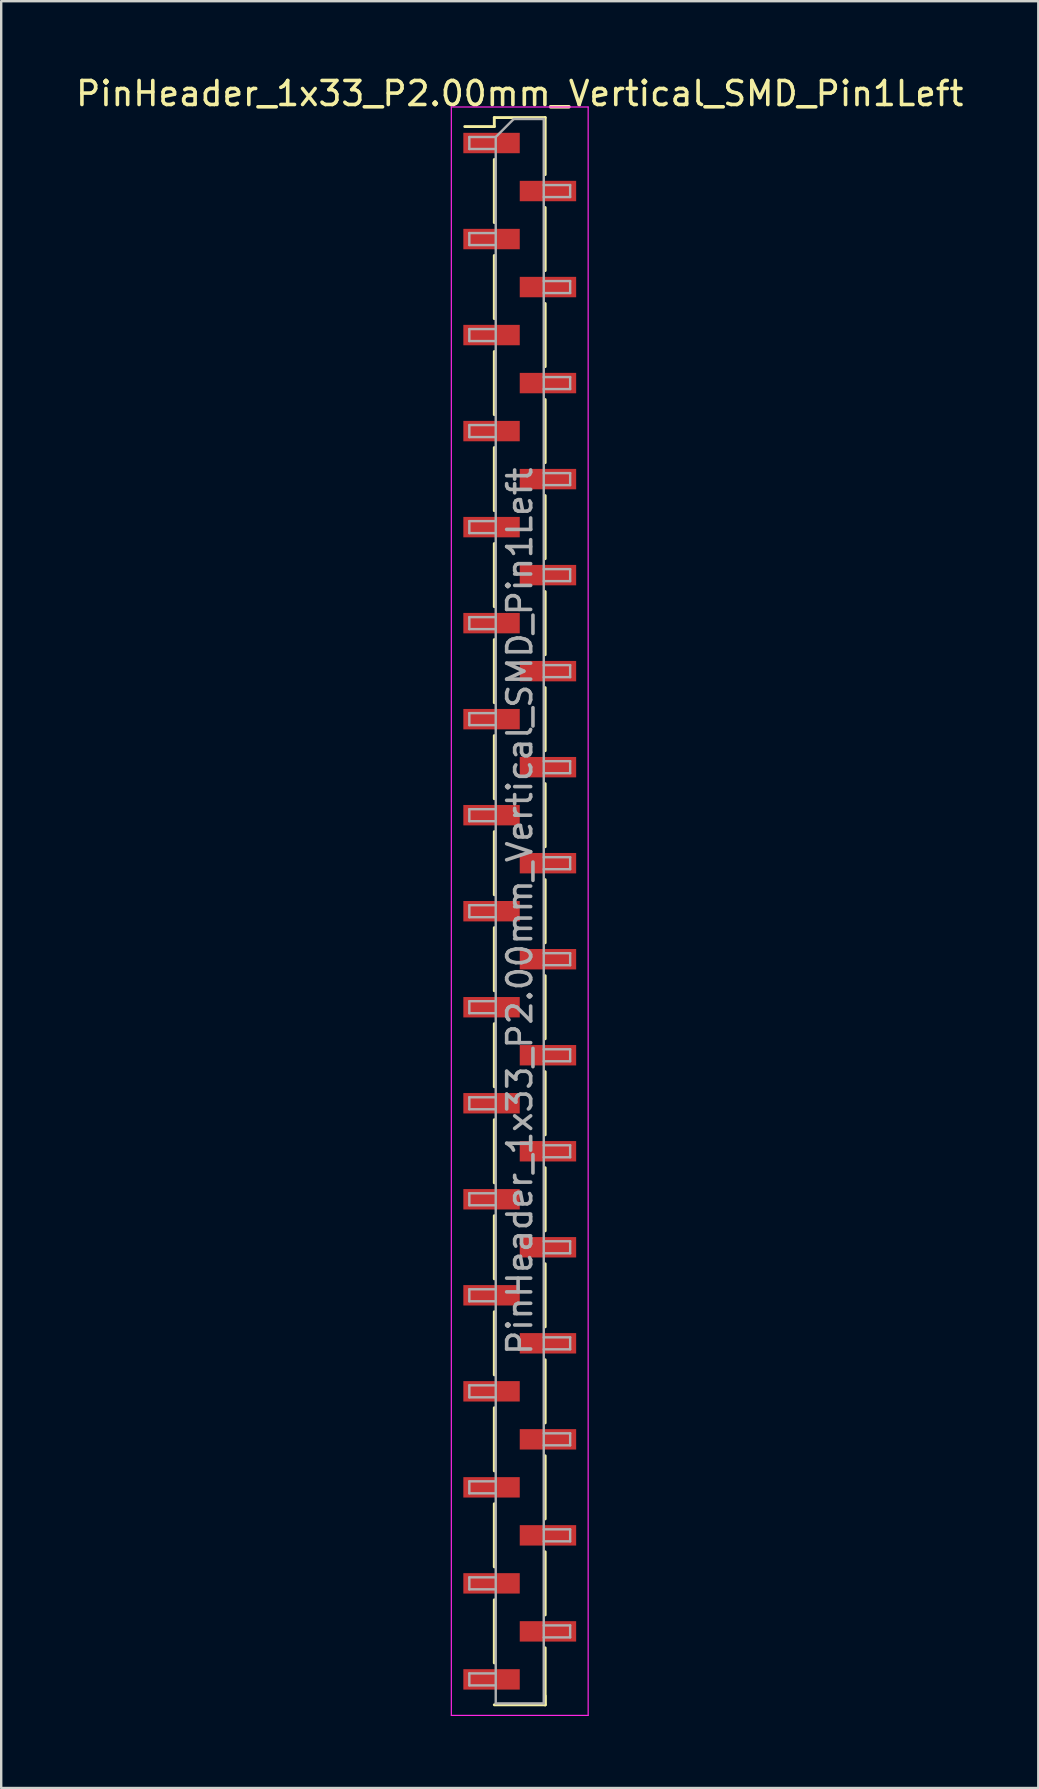
<source format=kicad_pcb>
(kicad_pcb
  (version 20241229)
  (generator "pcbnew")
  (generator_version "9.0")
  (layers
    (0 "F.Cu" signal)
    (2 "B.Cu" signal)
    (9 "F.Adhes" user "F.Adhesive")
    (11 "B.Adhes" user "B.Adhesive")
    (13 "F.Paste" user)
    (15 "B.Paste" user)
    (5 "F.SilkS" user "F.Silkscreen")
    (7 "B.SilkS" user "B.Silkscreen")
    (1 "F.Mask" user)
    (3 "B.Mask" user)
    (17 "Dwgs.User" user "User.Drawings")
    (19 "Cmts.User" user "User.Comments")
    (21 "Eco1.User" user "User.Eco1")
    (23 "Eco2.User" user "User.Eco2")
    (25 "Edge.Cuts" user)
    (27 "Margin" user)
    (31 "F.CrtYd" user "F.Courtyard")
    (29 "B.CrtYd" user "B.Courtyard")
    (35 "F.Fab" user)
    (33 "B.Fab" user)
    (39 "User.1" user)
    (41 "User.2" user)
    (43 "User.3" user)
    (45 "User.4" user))
  (footprint "PinHeader_1x33_P2.00mm_Vertical_SMD_Pin1Left"
    (layer "F.Cu")
    (at 18.601 34.908)
    (property "Reference" "PinHeader_1x33_P2.00mm_Vertical_SMD_Pin1Left" (at 0 -34.06 0) (layer "F.SilkS") (effects (font (size 1 1) (thickness 0.15))))
    (attr smd)
    (fp_line (start -1.06 -33.06) (end -1.06 -32.685) (stroke (width 0.12) (type solid)) (layer "F.SilkS"))
    (fp_line (start -1.06 -33.06) (end 1.06 -33.06) (stroke (width 0.12) (type solid)) (layer "F.SilkS"))
    (fp_line (start -1.06 -32.685) (end -2.29 -32.685) (stroke (width 0.12) (type solid)) (layer "F.SilkS"))
    (fp_line (start -1.06 -31.315) (end -1.06 -28.685) (stroke (width 0.12) (type solid)) (layer "F.SilkS"))
    (fp_line (start -1.06 -27.315) (end -1.06 -24.685) (stroke (width 0.12) (type solid)) (layer "F.SilkS"))
    (fp_line (start -1.06 -23.315) (end -1.06 -20.685) (stroke (width 0.12) (type solid)) (layer "F.SilkS"))
    (fp_line (start -1.06 -19.315) (end -1.06 -16.685) (stroke (width 0.12) (type solid)) (layer "F.SilkS"))
    (fp_line (start -1.06 -15.315) (end -1.06 -12.685) (stroke (width 0.12) (type solid)) (layer "F.SilkS"))
    (fp_line (start -1.06 -11.315) (end -1.06 -8.685) (stroke (width 0.12) (type solid)) (layer "F.SilkS"))
    (fp_line (start -1.06 -7.315) (end -1.06 -4.685) (stroke (width 0.12) (type solid)) (layer "F.SilkS"))
    (fp_line (start -1.06 -3.315) (end -1.06 -0.685) (stroke (width 0.12) (type solid)) (layer "F.SilkS"))
    (fp_line (start -1.06 0.685) (end -1.06 3.315) (stroke (width 0.12) (type solid)) (layer "F.SilkS"))
    (fp_line (start -1.06 4.685) (end -1.06 7.315) (stroke (width 0.12) (type solid)) (layer "F.SilkS"))
    (fp_line (start -1.06 8.685) (end -1.06 11.315) (stroke (width 0.12) (type solid)) (layer "F.SilkS"))
    (fp_line (start -1.06 12.685) (end -1.06 15.315) (stroke (width 0.12) (type solid)) (layer "F.SilkS"))
    (fp_line (start -1.06 16.685) (end -1.06 19.315) (stroke (width 0.12) (type solid)) (layer "F.SilkS"))
    (fp_line (start -1.06 20.685) (end -1.06 23.315) (stroke (width 0.12) (type solid)) (layer "F.SilkS"))
    (fp_line (start -1.06 24.685) (end -1.06 27.315) (stroke (width 0.12) (type solid)) (layer "F.SilkS"))
    (fp_line (start -1.06 28.685) (end -1.06 31.315) (stroke (width 0.12) (type solid)) (layer "F.SilkS"))
    (fp_line (start -1.06 33.06) (end 1.06 33.06) (stroke (width 0.12) (type solid)) (layer "F.SilkS"))
    (fp_line (start 1.06 -33.06) (end 1.06 -30.685) (stroke (width 0.12) (type solid)) (layer "F.SilkS"))
    (fp_line (start 1.06 -29.315) (end 1.06 -26.685) (stroke (width 0.12) (type solid)) (layer "F.SilkS"))
    (fp_line (start 1.06 -25.315) (end 1.06 -22.685) (stroke (width 0.12) (type solid)) (layer "F.SilkS"))
    (fp_line (start 1.06 -21.315) (end 1.06 -18.685) (stroke (width 0.12) (type solid)) (layer "F.SilkS"))
    (fp_line (start 1.06 -17.315) (end 1.06 -14.685) (stroke (width 0.12) (type solid)) (layer "F.SilkS"))
    (fp_line (start 1.06 -13.315) (end 1.06 -10.685) (stroke (width 0.12) (type solid)) (layer "F.SilkS"))
    (fp_line (start 1.06 -9.315) (end 1.06 -6.685) (stroke (width 0.12) (type solid)) (layer "F.SilkS"))
    (fp_line (start 1.06 -5.315) (end 1.06 -2.685) (stroke (width 0.12) (type solid)) (layer "F.SilkS"))
    (fp_line (start 1.06 -1.315) (end 1.06 1.315) (stroke (width 0.12) (type solid)) (layer "F.SilkS"))
    (fp_line (start 1.06 2.685) (end 1.06 5.315) (stroke (width 0.12) (type solid)) (layer "F.SilkS"))
    (fp_line (start 1.06 6.685) (end 1.06 9.315) (stroke (width 0.12) (type solid)) (layer "F.SilkS"))
    (fp_line (start 1.06 10.685) (end 1.06 13.315) (stroke (width 0.12) (type solid)) (layer "F.SilkS"))
    (fp_line (start 1.06 14.685) (end 1.06 17.315) (stroke (width 0.12) (type solid)) (layer "F.SilkS"))
    (fp_line (start 1.06 18.685) (end 1.06 21.315) (stroke (width 0.12) (type solid)) (layer "F.SilkS"))
    (fp_line (start 1.06 22.685) (end 1.06 25.315) (stroke (width 0.12) (type solid)) (layer "F.SilkS"))
    (fp_line (start 1.06 26.685) (end 1.06 29.315) (stroke (width 0.12) (type solid)) (layer "F.SilkS"))
    (fp_line (start 1.06 30.685) (end 1.06 33.06) (stroke (width 0.12) (type solid)) (layer "F.SilkS"))
    (fp_line (start 1.06 32.685) (end 1.06 33.06) (stroke (width 0.12) (type solid)) (layer "F.SilkS"))
    (fp_line (start -2.85 -33.5) (end -2.85 33.5) (stroke (width 0.05) (type solid)) (layer "F.CrtYd"))
    (fp_line (start -2.85 33.5) (end 2.85 33.5) (stroke (width 0.05) (type solid)) (layer "F.CrtYd"))
    (fp_line (start 2.85 -33.5) (end -2.85 -33.5) (stroke (width 0.05) (type solid)) (layer "F.CrtYd"))
    (fp_line (start 2.85 33.5) (end 2.85 -33.5) (stroke (width 0.05) (type solid)) (layer "F.CrtYd"))
    (fp_line (start -2.1 -32.25) (end -2.1 -31.75) (stroke (width 0.1) (type solid)) (layer "F.Fab"))
    (fp_line (start -2.1 -31.75) (end -1 -31.75) (stroke (width 0.1) (type solid)) (layer "F.Fab"))
    (fp_line (start -2.1 -28.25) (end -2.1 -27.75) (stroke (width 0.1) (type solid)) (layer "F.Fab"))
    (fp_line (start -2.1 -27.75) (end -1 -27.75) (stroke (width 0.1) (type solid)) (layer "F.Fab"))
    (fp_line (start -2.1 -24.25) (end -2.1 -23.75) (stroke (width 0.1) (type solid)) (layer "F.Fab"))
    (fp_line (start -2.1 -23.75) (end -1 -23.75) (stroke (width 0.1) (type solid)) (layer "F.Fab"))
    (fp_line (start -2.1 -20.25) (end -2.1 -19.75) (stroke (width 0.1) (type solid)) (layer "F.Fab"))
    (fp_line (start -2.1 -19.75) (end -1 -19.75) (stroke (width 0.1) (type solid)) (layer "F.Fab"))
    (fp_line (start -2.1 -16.25) (end -2.1 -15.75) (stroke (width 0.1) (type solid)) (layer "F.Fab"))
    (fp_line (start -2.1 -15.75) (end -1 -15.75) (stroke (width 0.1) (type solid)) (layer "F.Fab"))
    (fp_line (start -2.1 -12.25) (end -2.1 -11.75) (stroke (width 0.1) (type solid)) (layer "F.Fab"))
    (fp_line (start -2.1 -11.75) (end -1 -11.75) (stroke (width 0.1) (type solid)) (layer "F.Fab"))
    (fp_line (start -2.1 -8.25) (end -2.1 -7.75) (stroke (width 0.1) (type solid)) (layer "F.Fab"))
    (fp_line (start -2.1 -7.75) (end -1 -7.75) (stroke (width 0.1) (type solid)) (layer "F.Fab"))
    (fp_line (start -2.1 -4.25) (end -2.1 -3.75) (stroke (width 0.1) (type solid)) (layer "F.Fab"))
    (fp_line (start -2.1 -3.75) (end -1 -3.75) (stroke (width 0.1) (type solid)) (layer "F.Fab"))
    (fp_line (start -2.1 -0.25) (end -2.1 0.25) (stroke (width 0.1) (type solid)) (layer "F.Fab"))
    (fp_line (start -2.1 0.25) (end -1 0.25) (stroke (width 0.1) (type solid)) (layer "F.Fab"))
    (fp_line (start -2.1 3.75) (end -2.1 4.25) (stroke (width 0.1) (type solid)) (layer "F.Fab"))
    (fp_line (start -2.1 4.25) (end -1 4.25) (stroke (width 0.1) (type solid)) (layer "F.Fab"))
    (fp_line (start -2.1 7.75) (end -2.1 8.25) (stroke (width 0.1) (type solid)) (layer "F.Fab"))
    (fp_line (start -2.1 8.25) (end -1 8.25) (stroke (width 0.1) (type solid)) (layer "F.Fab"))
    (fp_line (start -2.1 11.75) (end -2.1 12.25) (stroke (width 0.1) (type solid)) (layer "F.Fab"))
    (fp_line (start -2.1 12.25) (end -1 12.25) (stroke (width 0.1) (type solid)) (layer "F.Fab"))
    (fp_line (start -2.1 15.75) (end -2.1 16.25) (stroke (width 0.1) (type solid)) (layer "F.Fab"))
    (fp_line (start -2.1 16.25) (end -1 16.25) (stroke (width 0.1) (type solid)) (layer "F.Fab"))
    (fp_line (start -2.1 19.75) (end -2.1 20.25) (stroke (width 0.1) (type solid)) (layer "F.Fab"))
    (fp_line (start -2.1 20.25) (end -1 20.25) (stroke (width 0.1) (type solid)) (layer "F.Fab"))
    (fp_line (start -2.1 23.75) (end -2.1 24.25) (stroke (width 0.1) (type solid)) (layer "F.Fab"))
    (fp_line (start -2.1 24.25) (end -1 24.25) (stroke (width 0.1) (type solid)) (layer "F.Fab"))
    (fp_line (start -2.1 27.75) (end -2.1 28.25) (stroke (width 0.1) (type solid)) (layer "F.Fab"))
    (fp_line (start -2.1 28.25) (end -1 28.25) (stroke (width 0.1) (type solid)) (layer "F.Fab"))
    (fp_line (start -2.1 31.75) (end -2.1 32.25) (stroke (width 0.1) (type solid)) (layer "F.Fab"))
    (fp_line (start -2.1 32.25) (end -1 32.25) (stroke (width 0.1) (type solid)) (layer "F.Fab"))
    (fp_line (start -1 -32.25) (end -2.1 -32.25) (stroke (width 0.1) (type solid)) (layer "F.Fab"))
    (fp_line (start -1 -32.25) (end -0.25 -33) (stroke (width 0.1) (type solid)) (layer "F.Fab"))
    (fp_line (start -1 -28.25) (end -2.1 -28.25) (stroke (width 0.1) (type solid)) (layer "F.Fab"))
    (fp_line (start -1 -24.25) (end -2.1 -24.25) (stroke (width 0.1) (type solid)) (layer "F.Fab"))
    (fp_line (start -1 -20.25) (end -2.1 -20.25) (stroke (width 0.1) (type solid)) (layer "F.Fab"))
    (fp_line (start -1 -16.25) (end -2.1 -16.25) (stroke (width 0.1) (type solid)) (layer "F.Fab"))
    (fp_line (start -1 -12.25) (end -2.1 -12.25) (stroke (width 0.1) (type solid)) (layer "F.Fab"))
    (fp_line (start -1 -8.25) (end -2.1 -8.25) (stroke (width 0.1) (type solid)) (layer "F.Fab"))
    (fp_line (start -1 -4.25) (end -2.1 -4.25) (stroke (width 0.1) (type solid)) (layer "F.Fab"))
    (fp_line (start -1 -0.25) (end -2.1 -0.25) (stroke (width 0.1) (type solid)) (layer "F.Fab"))
    (fp_line (start -1 3.75) (end -2.1 3.75) (stroke (width 0.1) (type solid)) (layer "F.Fab"))
    (fp_line (start -1 7.75) (end -2.1 7.75) (stroke (width 0.1) (type solid)) (layer "F.Fab"))
    (fp_line (start -1 11.75) (end -2.1 11.75) (stroke (width 0.1) (type solid)) (layer "F.Fab"))
    (fp_line (start -1 15.75) (end -2.1 15.75) (stroke (width 0.1) (type solid)) (layer "F.Fab"))
    (fp_line (start -1 19.75) (end -2.1 19.75) (stroke (width 0.1) (type solid)) (layer "F.Fab"))
    (fp_line (start -1 23.75) (end -2.1 23.75) (stroke (width 0.1) (type solid)) (layer "F.Fab"))
    (fp_line (start -1 27.75) (end -2.1 27.75) (stroke (width 0.1) (type solid)) (layer "F.Fab"))
    (fp_line (start -1 31.75) (end -2.1 31.75) (stroke (width 0.1) (type solid)) (layer "F.Fab"))
    (fp_line (start -1 33) (end -1 -32.25) (stroke (width 0.1) (type solid)) (layer "F.Fab"))
    (fp_line (start -0.25 -33) (end 1 -33) (stroke (width 0.1) (type solid)) (layer "F.Fab"))
    (fp_line (start 1 -33) (end 1 33) (stroke (width 0.1) (type solid)) (layer "F.Fab"))
    (fp_line (start 1 -30.25) (end 2.1 -30.25) (stroke (width 0.1) (type solid)) (layer "F.Fab"))
    (fp_line (start 1 -26.25) (end 2.1 -26.25) (stroke (width 0.1) (type solid)) (layer "F.Fab"))
    (fp_line (start 1 -22.25) (end 2.1 -22.25) (stroke (width 0.1) (type solid)) (layer "F.Fab"))
    (fp_line (start 1 -18.25) (end 2.1 -18.25) (stroke (width 0.1) (type solid)) (layer "F.Fab"))
    (fp_line (start 1 -14.25) (end 2.1 -14.25) (stroke (width 0.1) (type solid)) (layer "F.Fab"))
    (fp_line (start 1 -10.25) (end 2.1 -10.25) (stroke (width 0.1) (type solid)) (layer "F.Fab"))
    (fp_line (start 1 -6.25) (end 2.1 -6.25) (stroke (width 0.1) (type solid)) (layer "F.Fab"))
    (fp_line (start 1 -2.25) (end 2.1 -2.25) (stroke (width 0.1) (type solid)) (layer "F.Fab"))
    (fp_line (start 1 1.75) (end 2.1 1.75) (stroke (width 0.1) (type solid)) (layer "F.Fab"))
    (fp_line (start 1 5.75) (end 2.1 5.75) (stroke (width 0.1) (type solid)) (layer "F.Fab"))
    (fp_line (start 1 9.75) (end 2.1 9.75) (stroke (width 0.1) (type solid)) (layer "F.Fab"))
    (fp_line (start 1 13.75) (end 2.1 13.75) (stroke (width 0.1) (type solid)) (layer "F.Fab"))
    (fp_line (start 1 17.75) (end 2.1 17.75) (stroke (width 0.1) (type solid)) (layer "F.Fab"))
    (fp_line (start 1 21.75) (end 2.1 21.75) (stroke (width 0.1) (type solid)) (layer "F.Fab"))
    (fp_line (start 1 25.75) (end 2.1 25.75) (stroke (width 0.1) (type solid)) (layer "F.Fab"))
    (fp_line (start 1 29.75) (end 2.1 29.75) (stroke (width 0.1) (type solid)) (layer "F.Fab"))
    (fp_line (start 1 33) (end -1 33) (stroke (width 0.1) (type solid)) (layer "F.Fab"))
    (fp_line (start 2.1 -30.25) (end 2.1 -29.75) (stroke (width 0.1) (type solid)) (layer "F.Fab"))
    (fp_line (start 2.1 -29.75) (end 1 -29.75) (stroke (width 0.1) (type solid)) (layer "F.Fab"))
    (fp_line (start 2.1 -26.25) (end 2.1 -25.75) (stroke (width 0.1) (type solid)) (layer "F.Fab"))
    (fp_line (start 2.1 -25.75) (end 1 -25.75) (stroke (width 0.1) (type solid)) (layer "F.Fab"))
    (fp_line (start 2.1 -22.25) (end 2.1 -21.75) (stroke (width 0.1) (type solid)) (layer "F.Fab"))
    (fp_line (start 2.1 -21.75) (end 1 -21.75) (stroke (width 0.1) (type solid)) (layer "F.Fab"))
    (fp_line (start 2.1 -18.25) (end 2.1 -17.75) (stroke (width 0.1) (type solid)) (layer "F.Fab"))
    (fp_line (start 2.1 -17.75) (end 1 -17.75) (stroke (width 0.1) (type solid)) (layer "F.Fab"))
    (fp_line (start 2.1 -14.25) (end 2.1 -13.75) (stroke (width 0.1) (type solid)) (layer "F.Fab"))
    (fp_line (start 2.1 -13.75) (end 1 -13.75) (stroke (width 0.1) (type solid)) (layer "F.Fab"))
    (fp_line (start 2.1 -10.25) (end 2.1 -9.75) (stroke (width 0.1) (type solid)) (layer "F.Fab"))
    (fp_line (start 2.1 -9.75) (end 1 -9.75) (stroke (width 0.1) (type solid)) (layer "F.Fab"))
    (fp_line (start 2.1 -6.25) (end 2.1 -5.75) (stroke (width 0.1) (type solid)) (layer "F.Fab"))
    (fp_line (start 2.1 -5.75) (end 1 -5.75) (stroke (width 0.1) (type solid)) (layer "F.Fab"))
    (fp_line (start 2.1 -2.25) (end 2.1 -1.75) (stroke (width 0.1) (type solid)) (layer "F.Fab"))
    (fp_line (start 2.1 -1.75) (end 1 -1.75) (stroke (width 0.1) (type solid)) (layer "F.Fab"))
    (fp_line (start 2.1 1.75) (end 2.1 2.25) (stroke (width 0.1) (type solid)) (layer "F.Fab"))
    (fp_line (start 2.1 2.25) (end 1 2.25) (stroke (width 0.1) (type solid)) (layer "F.Fab"))
    (fp_line (start 2.1 5.75) (end 2.1 6.25) (stroke (width 0.1) (type solid)) (layer "F.Fab"))
    (fp_line (start 2.1 6.25) (end 1 6.25) (stroke (width 0.1) (type solid)) (layer "F.Fab"))
    (fp_line (start 2.1 9.75) (end 2.1 10.25) (stroke (width 0.1) (type solid)) (layer "F.Fab"))
    (fp_line (start 2.1 10.25) (end 1 10.25) (stroke (width 0.1) (type solid)) (layer "F.Fab"))
    (fp_line (start 2.1 13.75) (end 2.1 14.25) (stroke (width 0.1) (type solid)) (layer "F.Fab"))
    (fp_line (start 2.1 14.25) (end 1 14.25) (stroke (width 0.1) (type solid)) (layer "F.Fab"))
    (fp_line (start 2.1 17.75) (end 2.1 18.25) (stroke (width 0.1) (type solid)) (layer "F.Fab"))
    (fp_line (start 2.1 18.25) (end 1 18.25) (stroke (width 0.1) (type solid)) (layer "F.Fab"))
    (fp_line (start 2.1 21.75) (end 2.1 22.25) (stroke (width 0.1) (type solid)) (layer "F.Fab"))
    (fp_line (start 2.1 22.25) (end 1 22.25) (stroke (width 0.1) (type solid)) (layer "F.Fab"))
    (fp_line (start 2.1 25.75) (end 2.1 26.25) (stroke (width 0.1) (type solid)) (layer "F.Fab"))
    (fp_line (start 2.1 26.25) (end 1 26.25) (stroke (width 0.1) (type solid)) (layer "F.Fab"))
    (fp_line (start 2.1 29.75) (end 2.1 30.25) (stroke (width 0.1) (type solid)) (layer "F.Fab"))
    (fp_line (start 2.1 30.25) (end 1 30.25) (stroke (width 0.1) (type solid)) (layer "F.Fab"))
    (fp_text user "${REFERENCE}" (at 0 0 90) (layer "F.Fab") (effects (font (size 1 1) (thickness 0.15))))
    (pad "1" smd rect (at -1.175 -32) (size 2.35 0.85) (layers "F.Cu" "F.Mask" "F.Paste"))
    (pad "2" smd rect (at 1.175 -30) (size 2.35 0.85) (layers "F.Cu" "F.Mask" "F.Paste"))
    (pad "3" smd rect (at -1.175 -28) (size 2.35 0.85) (layers "F.Cu" "F.Mask" "F.Paste"))
    (pad "4" smd rect (at 1.175 -26) (size 2.35 0.85) (layers "F.Cu" "F.Mask" "F.Paste"))
    (pad "5" smd rect (at -1.175 -24) (size 2.35 0.85) (layers "F.Cu" "F.Mask" "F.Paste"))
    (pad "6" smd rect (at 1.175 -22) (size 2.35 0.85) (layers "F.Cu" "F.Mask" "F.Paste"))
    (pad "7" smd rect (at -1.175 -20) (size 2.35 0.85) (layers "F.Cu" "F.Mask" "F.Paste"))
    (pad "8" smd rect (at 1.175 -18) (size 2.35 0.85) (layers "F.Cu" "F.Mask" "F.Paste"))
    (pad "9" smd rect (at -1.175 -16) (size 2.35 0.85) (layers "F.Cu" "F.Mask" "F.Paste"))
    (pad "10" smd rect (at 1.175 -14) (size 2.35 0.85) (layers "F.Cu" "F.Mask" "F.Paste"))
    (pad "11" smd rect (at -1.175 -12) (size 2.35 0.85) (layers "F.Cu" "F.Mask" "F.Paste"))
    (pad "12" smd rect (at 1.175 -10) (size 2.35 0.85) (layers "F.Cu" "F.Mask" "F.Paste"))
    (pad "13" smd rect (at -1.175 -8) (size 2.35 0.85) (layers "F.Cu" "F.Mask" "F.Paste"))
    (pad "14" smd rect (at 1.175 -6) (size 2.35 0.85) (layers "F.Cu" "F.Mask" "F.Paste"))
    (pad "15" smd rect (at -1.175 -4) (size 2.35 0.85) (layers "F.Cu" "F.Mask" "F.Paste"))
    (pad "16" smd rect (at 1.175 -2) (size 2.35 0.85) (layers "F.Cu" "F.Mask" "F.Paste"))
    (pad "17" smd rect (at -1.175 0) (size 2.35 0.85) (layers "F.Cu" "F.Mask" "F.Paste"))
    (pad "18" smd rect (at 1.175 2) (size 2.35 0.85) (layers "F.Cu" "F.Mask" "F.Paste"))
    (pad "19" smd rect (at -1.175 4) (size 2.35 0.85) (layers "F.Cu" "F.Mask" "F.Paste"))
    (pad "20" smd rect (at 1.175 6) (size 2.35 0.85) (layers "F.Cu" "F.Mask" "F.Paste"))
    (pad "21" smd rect (at -1.175 8) (size 2.35 0.85) (layers "F.Cu" "F.Mask" "F.Paste"))
    (pad "22" smd rect (at 1.175 10) (size 2.35 0.85) (layers "F.Cu" "F.Mask" "F.Paste"))
    (pad "23" smd rect (at -1.175 12) (size 2.35 0.85) (layers "F.Cu" "F.Mask" "F.Paste"))
    (pad "24" smd rect (at 1.175 14) (size 2.35 0.85) (layers "F.Cu" "F.Mask" "F.Paste"))
    (pad "25" smd rect (at -1.175 16) (size 2.35 0.85) (layers "F.Cu" "F.Mask" "F.Paste"))
    (pad "26" smd rect (at 1.175 18) (size 2.35 0.85) (layers "F.Cu" "F.Mask" "F.Paste"))
    (pad "27" smd rect (at -1.175 20) (size 2.35 0.85) (layers "F.Cu" "F.Mask" "F.Paste"))
    (pad "28" smd rect (at 1.175 22) (size 2.35 0.85) (layers "F.Cu" "F.Mask" "F.Paste"))
    (pad "29" smd rect (at -1.175 24) (size 2.35 0.85) (layers "F.Cu" "F.Mask" "F.Paste"))
    (pad "30" smd rect (at 1.175 26) (size 2.35 0.85) (layers "F.Cu" "F.Mask" "F.Paste"))
    (pad "31" smd rect (at -1.175 28) (size 2.35 0.85) (layers "F.Cu" "F.Mask" "F.Paste"))
    (pad "32" smd rect (at 1.175 30) (size 2.35 0.85) (layers "F.Cu" "F.Mask" "F.Paste"))
    (pad "33" smd rect (at -1.175 32) (size 2.35 0.85) (layers "F.Cu" "F.Mask" "F.Paste")))
  (gr_rect
    (start -3 -3)
    (end 40.202 71.433)
    (stroke (width 0.1) (type default))
    (fill no)
    (layer "Edge.Cuts")))
</source>
